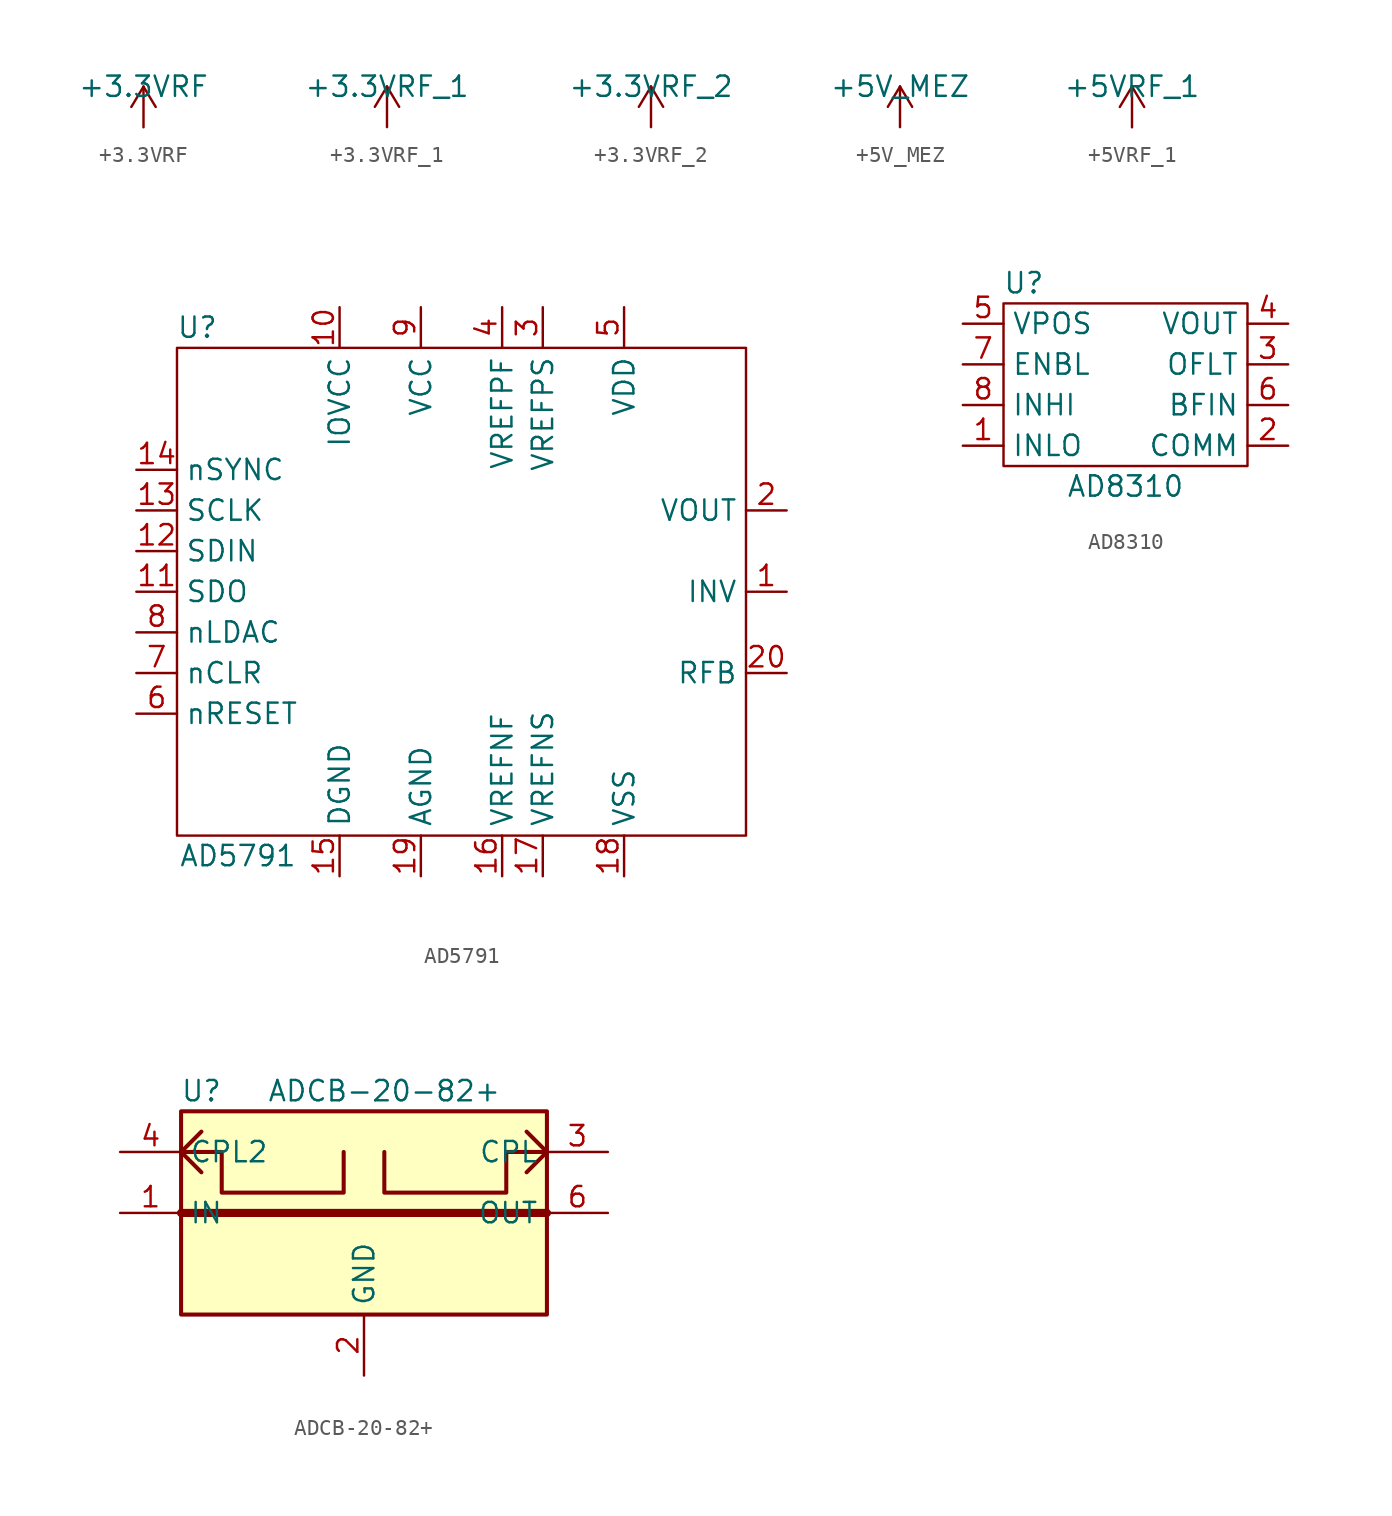
<source format=kicad_sym>
(kicad_symbol_lib
  (version 20211014)
  (generator kicad_symbol_editor)
  (symbol "+3.3VRF"
    (power)
    (pin_names
      (offset 0))
    (property "Reference" "#PWR"
      (at 3.81 -1.27 0)
      (effects (font (size 1.27 1.27)) hide))
    (property "Value" "+3.3VRF"
      (at 0 2.54 0)
      (effects (font (size 1.27 1.27))))
    (symbol "+3.3VRF_0_0"
      (pin power_in line (at 0 0 90) (length 0) hide (name "+3.3VRF" (effects (font (size 1.27 1.27)))) (number "1" (effects (font (size 1.27 1.27))))))
    (symbol "+3.3VRF_0_1"
      (polyline (pts (xy -0.762 1.27) (xy 0 2.54)) (stroke (width 0) (type default) (color 0 0 0 0)) (fill (type none)))
      (polyline (pts (xy 0 0) (xy 0 2.54)) (stroke (width 0) (type default) (color 0 0 0 0)) (fill (type none)))
      (polyline (pts (xy 0 2.54) (xy 0.762 1.27)) (stroke (width 0) (type default) (color 0 0 0 0)) (fill (type none)))))
  (symbol "+3.3VRF_1"
    (power)
    (pin_names
      (offset 0))
    (property "Reference" "#PWR"
      (at 3.81 -1.27 0)
      (effects (font (size 1.27 1.27)) hide))
    (property "Value" "+3.3VRF_1"
      (at 0 2.54 0)
      (effects (font (size 1.27 1.27))))
    (symbol "+3.3VRF_1_0_0"
      (pin power_in line (at 0 0 90) (length 0) hide (name "+3.3VRF_1" (effects (font (size 1.27 1.27)))) (number "1" (effects (font (size 1.27 1.27))))))
    (symbol "+3.3VRF_1_0_1"
      (polyline (pts (xy -0.762 1.27) (xy 0 2.54)) (stroke (width 0) (type default) (color 0 0 0 0)) (fill (type none)))
      (polyline (pts (xy 0 0) (xy 0 2.54)) (stroke (width 0) (type default) (color 0 0 0 0)) (fill (type none)))
      (polyline (pts (xy 0 2.54) (xy 0.762 1.27)) (stroke (width 0) (type default) (color 0 0 0 0)) (fill (type none)))))
  (symbol "+3.3VRF_2"
    (power)
    (pin_names
      (offset 0))
    (property "Reference" "#PWR"
      (at 3.81 -1.27 0)
      (effects (font (size 1.27 1.27)) hide))
    (property "Value" "+3.3VRF_2"
      (at 0 2.54 0)
      (effects (font (size 1.27 1.27))))
    (symbol "+3.3VRF_2_0_0"
      (pin power_in line (at 0 0 90) (length 0) hide (name "+3.3VRF_2" (effects (font (size 1.27 1.27)))) (number "1" (effects (font (size 1.27 1.27))))))
    (symbol "+3.3VRF_2_0_1"
      (polyline (pts (xy -0.762 1.27) (xy 0 2.54)) (stroke (width 0) (type default) (color 0 0 0 0)) (fill (type none)))
      (polyline (pts (xy 0 0) (xy 0 2.54)) (stroke (width 0) (type default) (color 0 0 0 0)) (fill (type none)))
      (polyline (pts (xy 0 2.54) (xy 0.762 1.27)) (stroke (width 0) (type default) (color 0 0 0 0)) (fill (type none)))))
  (symbol "+5V_MEZ"
    (power)
    (pin_names
      (offset 0))
    (property "Reference" "#PWR"
      (at 3.81 -1.27 0)
      (effects (font (size 1.27 1.27)) hide))
    (property "Value" "+5V_MEZ"
      (at 0 2.54 0)
      (effects (font (size 1.27 1.27))))
    (symbol "+5V_MEZ_0_0"
      (pin power_in line (at 0 0 90) (length 0) hide (name "+5V_MEZ" (effects (font (size 1.27 1.27)))) (number "1" (effects (font (size 1.27 1.27))))))
    (symbol "+5V_MEZ_0_1"
      (polyline (pts (xy -0.762 1.27) (xy 0 2.54)) (stroke (width 0) (type default) (color 0 0 0 0)) (fill (type none)))
      (polyline (pts (xy 0 0) (xy 0 2.54)) (stroke (width 0) (type default) (color 0 0 0 0)) (fill (type none)))
      (polyline (pts (xy 0 2.54) (xy 0.762 1.27)) (stroke (width 0) (type default) (color 0 0 0 0)) (fill (type none)))))
  (symbol "+5VRF_1"
    (power)
    (pin_names
      (offset 0))
    (property "Reference" "#PWR"
      (at 3.81 -1.27 0)
      (effects (font (size 1.27 1.27)) hide))
    (property "Value" "+5VRF_1"
      (at 0 2.54 0)
      (effects (font (size 1.27 1.27))))
    (symbol "+5VRF_1_0_0"
      (pin power_in line (at 0 0 90) (length 0) hide (name "+5VRF_1" (effects (font (size 1.27 1.27)))) (number "1" (effects (font (size 1.27 1.27))))))
    (symbol "+5VRF_1_0_1"
      (polyline (pts (xy -0.762 1.27) (xy 0 2.54)) (stroke (width 0) (type default) (color 0 0 0 0)) (fill (type none)))
      (polyline (pts (xy 0 0) (xy 0 2.54)) (stroke (width 0) (type default) (color 0 0 0 0)) (fill (type none)))
      (polyline (pts (xy 0 2.54) (xy 0.762 1.27)) (stroke (width 0) (type default) (color 0 0 0 0)) (fill (type none)))))
  (symbol "AD5791"
    (property "Reference" "U"
      (at -16.51 16.51 0)
      (effects (font (size 1.27 1.27))))
    (property "Value" "AD5791"
      (at -13.97 -16.51 0)
      (effects (font (size 1.27 1.27))))
    (symbol "AD5791_0_1"
      (rectangle (start -17.78 15.24) (end 17.78 -15.24) (stroke (width 0.152) (type default) (color 0 0 0 0)) (fill (type none))))
    (symbol "AD5791_1_1"
      (pin passive line (at 20.32 0 180) (length 2.54) (name "INV" (effects (font (size 1.27 1.27)))) (number "1" (effects (font (size 1.27 1.27)))))
      (pin power_in line (at -7.62 17.78 270) (length 2.54) (name "IOVCC" (effects (font (size 1.27 1.27)))) (number "10" (effects (font (size 1.27 1.27)))))
      (pin output line (at -20.32 0 0) (length 2.54) (name "SDO" (effects (font (size 1.27 1.27)))) (number "11" (effects (font (size 1.27 1.27)))))
      (pin input line (at -20.32 2.54 0) (length 2.54) (name "SDIN" (effects (font (size 1.27 1.27)))) (number "12" (effects (font (size 1.27 1.27)))))
      (pin input line (at -20.32 5.08 0) (length 2.54) (name "SCLK" (effects (font (size 1.27 1.27)))) (number "13" (effects (font (size 1.27 1.27)))))
      (pin input line (at -20.32 7.62 0) (length 2.54) (name "nSYNC" (effects (font (size 1.27 1.27)))) (number "14" (effects (font (size 1.27 1.27)))))
      (pin power_in line (at -7.62 -17.78 90) (length 2.54) (name "DGND" (effects (font (size 1.27 1.27)))) (number "15" (effects (font (size 1.27 1.27)))))
      (pin power_in line (at 2.54 -17.78 90) (length 2.54) (name "VREFNF" (effects (font (size 1.27 1.27)))) (number "16" (effects (font (size 1.27 1.27)))))
      (pin power_in line (at 5.08 -17.78 90) (length 2.54) (name "VREFNS" (effects (font (size 1.27 1.27)))) (number "17" (effects (font (size 1.27 1.27)))))
      (pin power_in line (at 10.16 -17.78 90) (length 2.54) (name "VSS" (effects (font (size 1.27 1.27)))) (number "18" (effects (font (size 1.27 1.27)))))
      (pin power_in line (at -2.54 -17.78 90) (length 2.54) (name "AGND" (effects (font (size 1.27 1.27)))) (number "19" (effects (font (size 1.27 1.27)))))
      (pin output line (at 20.32 5.08 180) (length 2.54) (name "VOUT" (effects (font (size 1.27 1.27)))) (number "2" (effects (font (size 1.27 1.27)))))
      (pin passive line (at 20.32 -5.08 180) (length 2.54) (name "RFB" (effects (font (size 1.27 1.27)))) (number "20" (effects (font (size 1.27 1.27)))))
      (pin input line (at 5.08 17.78 270) (length 2.54) (name "VREFPS" (effects (font (size 1.27 1.27)))) (number "3" (effects (font (size 1.27 1.27)))))
      (pin input line (at 2.54 17.78 270) (length 2.54) (name "VREFPF" (effects (font (size 1.27 1.27)))) (number "4" (effects (font (size 1.27 1.27)))))
      (pin power_in line (at 10.16 17.78 270) (length 2.54) (name "VDD" (effects (font (size 1.27 1.27)))) (number "5" (effects (font (size 1.27 1.27)))))
      (pin input line (at -20.32 -7.62 0) (length 2.54) (name "nRESET" (effects (font (size 1.27 1.27)))) (number "6" (effects (font (size 1.27 1.27)))))
      (pin input line (at -20.32 -5.08 0) (length 2.54) (name "nCLR" (effects (font (size 1.27 1.27)))) (number "7" (effects (font (size 1.27 1.27)))))
      (pin input line (at -20.32 -2.54 0) (length 2.54) (name "nLDAC" (effects (font (size 1.27 1.27)))) (number "8" (effects (font (size 1.27 1.27)))))
      (pin power_in line (at -2.54 17.78 270) (length 2.54) (name "VCC" (effects (font (size 1.27 1.27)))) (number "9" (effects (font (size 1.27 1.27)))))))
  (symbol "AD8310"
    (property "Reference" "U"
      (at -6.35 6.35 0)
      (effects (font (size 1.27 1.27))))
    (property "Value" "AD8310"
      (at 0 -6.35 0)
      (effects (font (size 1.27 1.27))))
    (symbol "AD8310_0_1"
      (rectangle (start -7.62 5.08) (end 7.62 -5.08) (stroke (width 0.152) (type default) (color 0 0 0 0)) (fill (type none))))
    (symbol "AD8310_1_1"
      (pin input line (at -10.16 -3.81 0) (length 2.54) (name "INLO" (effects (font (size 1.27 1.27)))) (number "1" (effects (font (size 1.27 1.27)))))
      (pin input line (at 10.16 -3.81 180) (length 2.54) (name "COMM" (effects (font (size 1.27 1.27)))) (number "2" (effects (font (size 1.27 1.27)))))
      (pin input line (at 10.16 1.27 180) (length 2.54) (name "OFLT" (effects (font (size 1.27 1.27)))) (number "3" (effects (font (size 1.27 1.27)))))
      (pin output line (at 10.16 3.81 180) (length 2.54) (name "VOUT" (effects (font (size 1.27 1.27)))) (number "4" (effects (font (size 1.27 1.27)))))
      (pin power_in line (at -10.16 3.81 0) (length 2.54) (name "VPOS" (effects (font (size 1.27 1.27)))) (number "5" (effects (font (size 1.27 1.27)))))
      (pin input line (at 10.16 -1.27 180) (length 2.54) (name "BFIN" (effects (font (size 1.27 1.27)))) (number "6" (effects (font (size 1.27 1.27)))))
      (pin input line (at -10.16 1.27 0) (length 2.54) (name "ENBL" (effects (font (size 1.27 1.27)))) (number "7" (effects (font (size 1.27 1.27)))))
      (pin input line (at -10.16 -1.27 0) (length 2.54) (name "INHI" (effects (font (size 1.27 1.27)))) (number "8" (effects (font (size 1.27 1.27)))))))
  (symbol "ADCB-20-82+"
    (property "Reference" "U"
      (at -10.16 7.62 0)
      (effects (font (size 1.27 1.27))))
    (property "Value" "ADCB-20-82+"
      (at 1.27 7.62 0)
      (effects (font (size 1.27 1.27))))
    (symbol "ADCB-20-82+_0_1"
      (rectangle (start -11.43 6.35) (end 11.43 -6.35) (stroke (width 0.254) (type default) (color 0 0 0 0)) (fill (type background)))
      (polyline (pts (xy -11.43 0) (xy 11.43 0)) (stroke (width 0.508) (type default) (color 0 0 0 0)) (fill (type none)))
      (polyline (pts (xy 11.43 3.81) (xy 10.16 2.54)) (stroke (width 0.254) (type default) (color 0 0 0 0)) (fill (type none)))
      (polyline (pts (xy 11.43 3.81) (xy 10.16 5.08)) (stroke (width 0.254) (type default) (color 0 0 0 0)) (fill (type none)))
      (polyline (pts (xy -10.16 5.08) (xy -11.43 3.81) (xy -10.16 2.54)) (stroke (width 0.254) (type default) (color 0 0 0 0)) (fill (type none)))
      (polyline (pts (xy -11.43 3.81) (xy -8.89 3.81) (xy -8.89 1.27) (xy -1.27 1.27) (xy -1.27 3.81)) (stroke (width 0.254) (type default) (color 0 0 0 0)) (fill (type none)))
      (polyline (pts (xy 11.43 3.81) (xy 8.89 3.81) (xy 8.89 1.27) (xy 1.27 1.27) (xy 1.27 3.81)) (stroke (width 0.254) (type default) (color 0 0 0 0)) (fill (type none))))
    (symbol "ADCB-20-82+_1_1"
      (pin input line (at -15.24 0 0) (length 3.81) (name "IN" (effects (font (size 1.27 1.27)))) (number "1" (effects (font (size 1.27 1.27)))))
      (pin power_in line (at 0 -10.16 90) (length 3.81) (name "GND" (effects (font (size 1.27 1.27)))) (number "2" (effects (font (size 1.27 1.27)))))
      (pin output line (at 15.24 3.81 180) (length 3.81) (name "CPL" (effects (font (size 1.27 1.27)))) (number "3" (effects (font (size 1.27 1.27)))))
      (pin output line (at -15.24 3.81 0) (length 3.81) (name "CPL2" (effects (font (size 1.27 1.27)))) (number "4" (effects (font (size 1.27 1.27)))))
      (pin passive line (at 0 -10.16 90) (length 3.81) hide (name "GND" (effects (font (size 1.27 1.27)))) (number "5" (effects (font (size 1.27 1.27)))))
      (pin output line (at 15.24 0 180) (length 3.81) (name "OUT" (effects (font (size 1.27 1.27)))) (number "6" (effects (font (size 1.27 1.27))))))))
</source>
